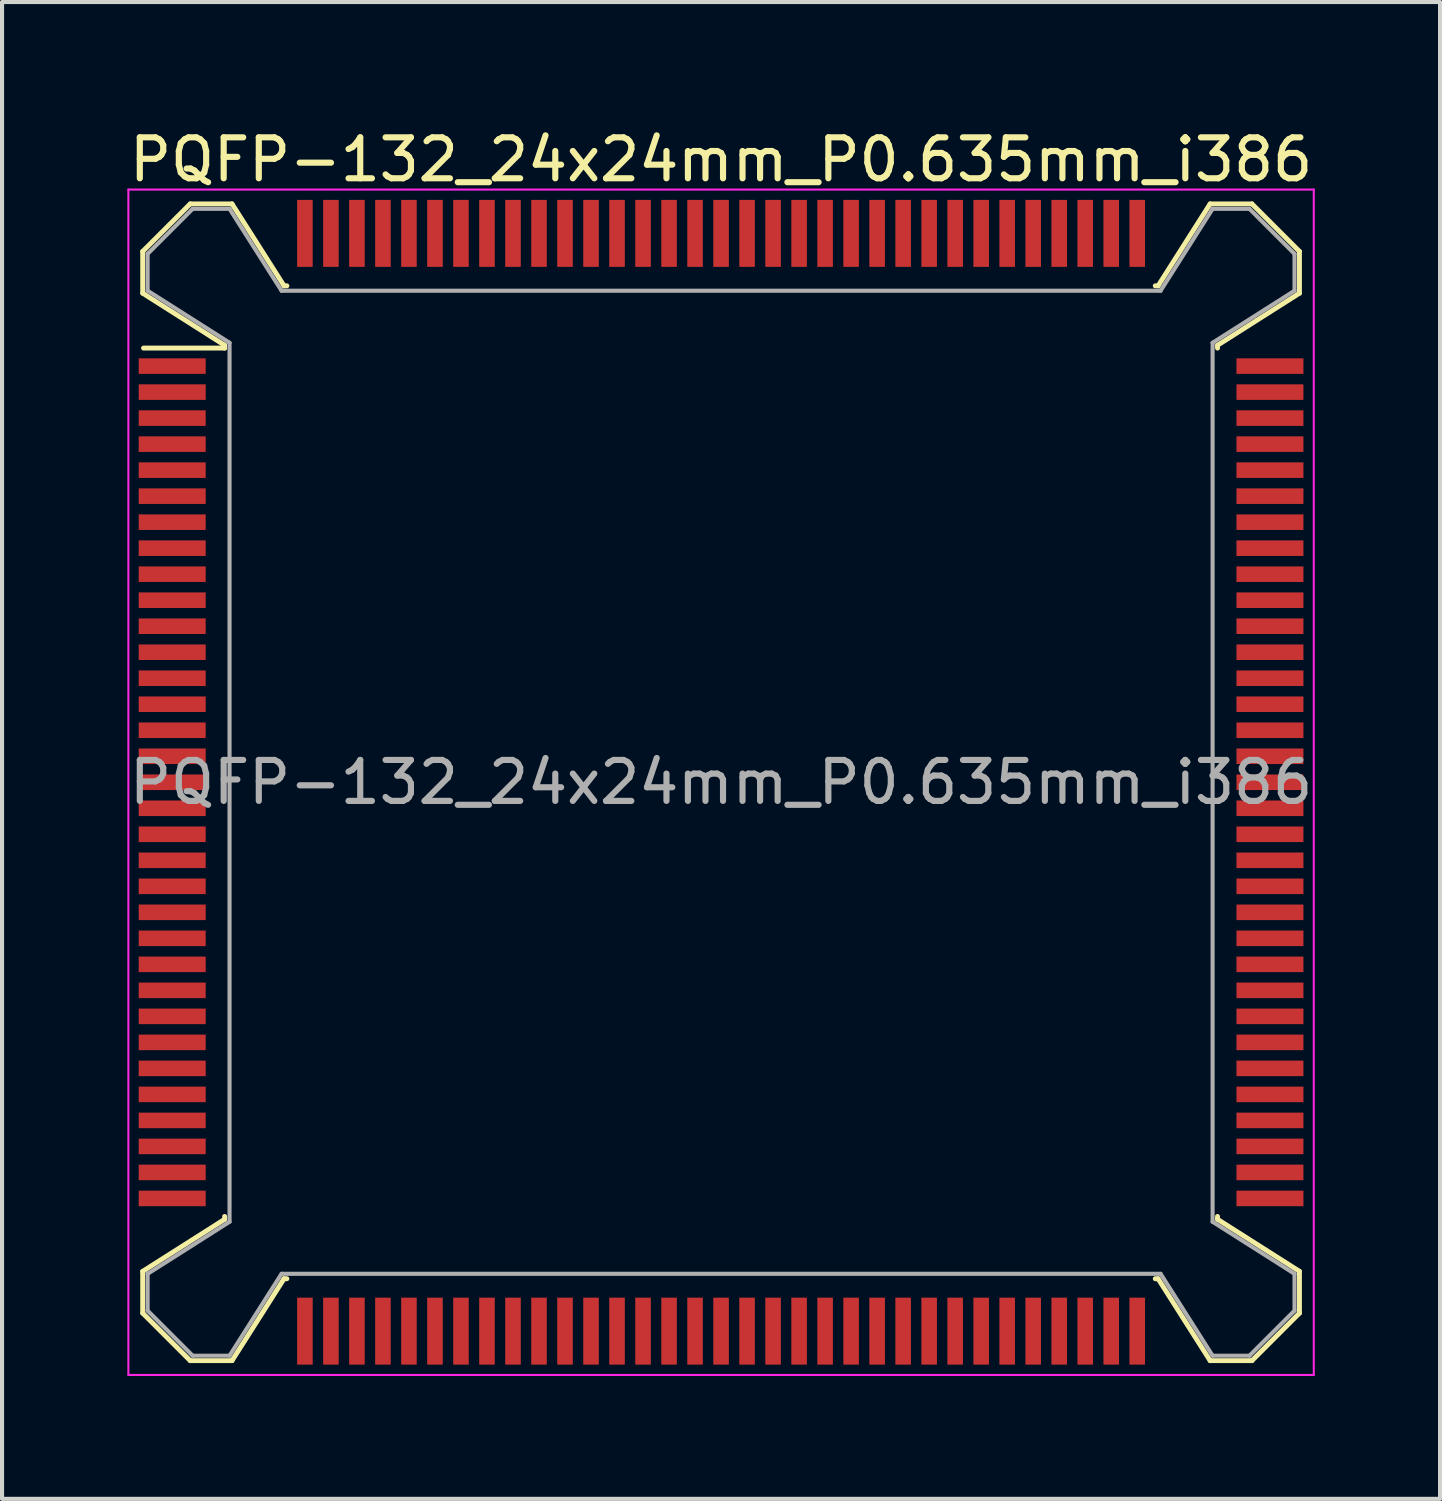
<source format=kicad_pcb>
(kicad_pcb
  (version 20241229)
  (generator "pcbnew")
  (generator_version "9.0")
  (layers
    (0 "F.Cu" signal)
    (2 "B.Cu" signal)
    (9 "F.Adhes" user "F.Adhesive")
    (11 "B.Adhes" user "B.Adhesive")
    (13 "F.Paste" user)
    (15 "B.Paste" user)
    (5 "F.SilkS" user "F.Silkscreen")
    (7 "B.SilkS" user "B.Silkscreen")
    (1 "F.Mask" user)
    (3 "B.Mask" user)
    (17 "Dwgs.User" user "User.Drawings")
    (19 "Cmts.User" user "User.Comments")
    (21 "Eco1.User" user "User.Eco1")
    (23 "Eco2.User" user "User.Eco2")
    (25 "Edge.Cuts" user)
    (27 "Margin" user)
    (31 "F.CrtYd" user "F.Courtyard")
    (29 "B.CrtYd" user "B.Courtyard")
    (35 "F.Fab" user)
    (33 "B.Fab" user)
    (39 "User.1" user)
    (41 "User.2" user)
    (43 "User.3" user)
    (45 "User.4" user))
  (footprint "PQFP-132_24x24mm_P0.635mm_i386"
    (layer "F.Cu")
    (at 14.554 16.048)
    (property "Reference" "PQFP-132_24x24mm_P0.635mm_i386" (at 0 -15.2 0) (layer "F.SilkS") (effects (font (size 1 1) (thickness 0.15))))
    (attr smd)
    (fp_line (start -14.12 -12.96) (end -12.96 -14.12) (stroke (width 0.12) (type solid)) (layer "F.SilkS"))
    (fp_line (start -14.12 -11.94) (end -14.12 -12.96) (stroke (width 0.12) (type solid)) (layer "F.SilkS"))
    (fp_line (start -14.12 -11.94) (end -12.12 -10.67) (stroke (width 0.12) (type solid)) (layer "F.SilkS"))
    (fp_line (start -14.12 11.94) (end -14.12 12.96) (stroke (width 0.12) (type solid)) (layer "F.SilkS"))
    (fp_line (start -14.12 11.94) (end -12.12 10.67) (stroke (width 0.12) (type solid)) (layer "F.SilkS"))
    (fp_line (start -14.12 12.96) (end -12.96 14.12) (stroke (width 0.12) (type solid)) (layer "F.SilkS"))
    (fp_line (start -14.1 -10.6) (end -12.12 -10.6) (stroke (width 0.12) (type solid)) (layer "F.SilkS"))
    (fp_line (start -12.12 -10.67) (end -12.12 -10.6) (stroke (width 0.12) (type solid)) (layer "F.SilkS"))
    (fp_line (start -12.12 10.67) (end -12.12 10.6) (stroke (width 0.12) (type solid)) (layer "F.SilkS"))
    (fp_line (start -11.94 -14.12) (end -12.96 -14.12) (stroke (width 0.12) (type solid)) (layer "F.SilkS"))
    (fp_line (start -11.94 14.12) (end -12.96 14.12) (stroke (width 0.12) (type solid)) (layer "F.SilkS"))
    (fp_line (start -10.67 -12.12) (end -11.94 -14.12) (stroke (width 0.12) (type solid)) (layer "F.SilkS"))
    (fp_line (start -10.67 12.12) (end -11.94 14.12) (stroke (width 0.12) (type solid)) (layer "F.SilkS"))
    (fp_line (start -10.6 -12.12) (end -10.67 -12.12) (stroke (width 0.12) (type solid)) (layer "F.SilkS"))
    (fp_line (start -10.6 12.12) (end -10.67 12.12) (stroke (width 0.12) (type solid)) (layer "F.SilkS"))
    (fp_line (start 10.6 -12.12) (end 10.67 -12.12) (stroke (width 0.12) (type solid)) (layer "F.SilkS"))
    (fp_line (start 10.6 12.12) (end 10.67 12.12) (stroke (width 0.12) (type solid)) (layer "F.SilkS"))
    (fp_line (start 10.67 -12.12) (end 11.94 -14.12) (stroke (width 0.12) (type solid)) (layer "F.SilkS"))
    (fp_line (start 10.67 12.12) (end 11.94 14.12) (stroke (width 0.12) (type solid)) (layer "F.SilkS"))
    (fp_line (start 11.94 -14.12) (end 12.96 -14.12) (stroke (width 0.12) (type solid)) (layer "F.SilkS"))
    (fp_line (start 11.94 14.12) (end 12.96 14.12) (stroke (width 0.12) (type solid)) (layer "F.SilkS"))
    (fp_line (start 12.12 -10.67) (end 12.12 -10.6) (stroke (width 0.12) (type solid)) (layer "F.SilkS"))
    (fp_line (start 12.12 10.67) (end 12.12 10.6) (stroke (width 0.12) (type solid)) (layer "F.SilkS"))
    (fp_line (start 14.12 -12.96) (end 12.96 -14.12) (stroke (width 0.12) (type solid)) (layer "F.SilkS"))
    (fp_line (start 14.12 -11.94) (end 12.12 -10.67) (stroke (width 0.12) (type solid)) (layer "F.SilkS"))
    (fp_line (start 14.12 -11.94) (end 14.12 -12.96) (stroke (width 0.12) (type solid)) (layer "F.SilkS"))
    (fp_line (start 14.12 11.94) (end 12.12 10.67) (stroke (width 0.12) (type solid)) (layer "F.SilkS"))
    (fp_line (start 14.12 11.94) (end 14.12 12.96) (stroke (width 0.12) (type solid)) (layer "F.SilkS"))
    (fp_line (start 14.12 12.96) (end 12.96 14.12) (stroke (width 0.12) (type solid)) (layer "F.SilkS"))
    (fp_line (start -14.47 -14.47) (end -14.47 14.47) (stroke (width 0.05) (type solid)) (layer "F.CrtYd"))
    (fp_line (start 14.47 -14.47) (end -14.47 -14.47) (stroke (width 0.05) (type solid)) (layer "F.CrtYd"))
    (fp_line (start 14.47 -14.47) (end 14.47 14.47) (stroke (width 0.05) (type solid)) (layer "F.CrtYd"))
    (fp_line (start 14.47 14.47) (end -14.47 14.47) (stroke (width 0.05) (type solid)) (layer "F.CrtYd"))
    (fp_line (start -14 -12.9) (end -12.9 -14) (stroke (width 0.1) (type solid)) (layer "F.Fab"))
    (fp_line (start -14 -12) (end -14 -12.9) (stroke (width 0.1) (type solid)) (layer "F.Fab"))
    (fp_line (start -14 -12) (end -12 -10.73) (stroke (width 0.1) (type solid)) (layer "F.Fab"))
    (fp_line (start -14 12) (end -14 12.9) (stroke (width 0.1) (type solid)) (layer "F.Fab"))
    (fp_line (start -14 12) (end -12 10.73) (stroke (width 0.1) (type solid)) (layer "F.Fab"))
    (fp_line (start -14 12.9) (end -12.9 14) (stroke (width 0.1) (type solid)) (layer "F.Fab"))
    (fp_line (start -12.9 -14) (end -12 -14) (stroke (width 0.1) (type solid)) (layer "F.Fab"))
    (fp_line (start -12.9 14) (end -12 14) (stroke (width 0.1) (type solid)) (layer "F.Fab"))
    (fp_line (start -12 -14) (end -10.73 -12) (stroke (width 0.1) (type solid)) (layer "F.Fab"))
    (fp_line (start -12 10.73) (end -12 -10.73) (stroke (width 0.1) (type solid)) (layer "F.Fab"))
    (fp_line (start -12 14) (end -10.73 12) (stroke (width 0.1) (type solid)) (layer "F.Fab"))
    (fp_line (start -10.73 -12) (end 10.73 -12) (stroke (width 0.1) (type solid)) (layer "F.Fab"))
    (fp_line (start 10.73 12) (end -10.73 12) (stroke (width 0.1) (type solid)) (layer "F.Fab"))
    (fp_line (start 12 -14) (end 10.73 -12) (stroke (width 0.1) (type solid)) (layer "F.Fab"))
    (fp_line (start 12 -10.73) (end 12 10.73) (stroke (width 0.1) (type solid)) (layer "F.Fab"))
    (fp_line (start 12 14) (end 10.73 12) (stroke (width 0.1) (type solid)) (layer "F.Fab"))
    (fp_line (start 12.9 -14) (end 12 -14) (stroke (width 0.1) (type solid)) (layer "F.Fab"))
    (fp_line (start 12.9 14) (end 12 14) (stroke (width 0.1) (type solid)) (layer "F.Fab"))
    (fp_line (start 14 -12.9) (end 12.9 -14) (stroke (width 0.1) (type solid)) (layer "F.Fab"))
    (fp_line (start 14 -12) (end 12 -10.73) (stroke (width 0.1) (type solid)) (layer "F.Fab"))
    (fp_line (start 14 -12) (end 14 -12.9) (stroke (width 0.1) (type solid)) (layer "F.Fab"))
    (fp_line (start 14 12) (end 12 10.73) (stroke (width 0.1) (type solid)) (layer "F.Fab"))
    (fp_line (start 14 12) (end 14 12.9) (stroke (width 0.1) (type solid)) (layer "F.Fab"))
    (fp_line (start 14 12.9) (end 12.9 14) (stroke (width 0.1) (type solid)) (layer "F.Fab"))
    (fp_text user "${REFERENCE}" (at 0 0 0) (layer "F.Fab") (effects (font (size 1 1) (thickness 0.15))))
    (pad "1" smd rect (at -13.4 -10.16) (size 1.635 0.38) (layers "F.Cu" "F.Mask" "F.Paste"))
    (pad "2" smd rect (at -13.4 -9.525) (size 1.635 0.38) (layers "F.Cu" "F.Mask" "F.Paste"))
    (pad "3" smd rect (at -13.4 -8.89) (size 1.635 0.38) (layers "F.Cu" "F.Mask" "F.Paste"))
    (pad "4" smd rect (at -13.4 -8.255) (size 1.635 0.38) (layers "F.Cu" "F.Mask" "F.Paste"))
    (pad "5" smd rect (at -13.4 -7.62) (size 1.635 0.38) (layers "F.Cu" "F.Mask" "F.Paste"))
    (pad "6" smd rect (at -13.4 -6.985) (size 1.635 0.38) (layers "F.Cu" "F.Mask" "F.Paste"))
    (pad "7" smd rect (at -13.4 -6.35) (size 1.635 0.38) (layers "F.Cu" "F.Mask" "F.Paste"))
    (pad "8" smd rect (at -13.4 -5.715) (size 1.635 0.38) (layers "F.Cu" "F.Mask" "F.Paste"))
    (pad "9" smd rect (at -13.4 -5.08) (size 1.635 0.38) (layers "F.Cu" "F.Mask" "F.Paste"))
    (pad "10" smd rect (at -13.4 -4.445) (size 1.635 0.38) (layers "F.Cu" "F.Mask" "F.Paste"))
    (pad "11" smd rect (at -13.4 -3.81) (size 1.635 0.38) (layers "F.Cu" "F.Mask" "F.Paste"))
    (pad "12" smd rect (at -13.4 -3.175) (size 1.635 0.38) (layers "F.Cu" "F.Mask" "F.Paste"))
    (pad "13" smd rect (at -13.4 -2.54) (size 1.635 0.38) (layers "F.Cu" "F.Mask" "F.Paste"))
    (pad "14" smd rect (at -13.4 -1.905) (size 1.635 0.38) (layers "F.Cu" "F.Mask" "F.Paste"))
    (pad "15" smd rect (at -13.4 -1.27) (size 1.635 0.38) (layers "F.Cu" "F.Mask" "F.Paste"))
    (pad "16" smd rect (at -13.4 -0.635) (size 1.635 0.38) (layers "F.Cu" "F.Mask" "F.Paste"))
    (pad "17" smd rect (at -13.4 0) (size 1.635 0.38) (layers "F.Cu" "F.Mask" "F.Paste"))
    (pad "18" smd rect (at -13.4 0.635) (size 1.635 0.38) (layers "F.Cu" "F.Mask" "F.Paste"))
    (pad "19" smd rect (at -13.4 1.27) (size 1.635 0.38) (layers "F.Cu" "F.Mask" "F.Paste"))
    (pad "20" smd rect (at -13.4 1.905) (size 1.635 0.38) (layers "F.Cu" "F.Mask" "F.Paste"))
    (pad "21" smd rect (at -13.4 2.54) (size 1.635 0.38) (layers "F.Cu" "F.Mask" "F.Paste"))
    (pad "22" smd rect (at -13.4 3.175) (size 1.635 0.38) (layers "F.Cu" "F.Mask" "F.Paste"))
    (pad "23" smd rect (at -13.4 3.81) (size 1.635 0.38) (layers "F.Cu" "F.Mask" "F.Paste"))
    (pad "24" smd rect (at -13.4 4.445) (size 1.635 0.38) (layers "F.Cu" "F.Mask" "F.Paste"))
    (pad "25" smd rect (at -13.4 5.08) (size 1.635 0.38) (layers "F.Cu" "F.Mask" "F.Paste"))
    (pad "26" smd rect (at -13.4 5.715) (size 1.635 0.38) (layers "F.Cu" "F.Mask" "F.Paste"))
    (pad "27" smd rect (at -13.4 6.35) (size 1.635 0.38) (layers "F.Cu" "F.Mask" "F.Paste"))
    (pad "28" smd rect (at -13.4 6.985) (size 1.635 0.38) (layers "F.Cu" "F.Mask" "F.Paste"))
    (pad "29" smd rect (at -13.4 7.62) (size 1.635 0.38) (layers "F.Cu" "F.Mask" "F.Paste"))
    (pad "30" smd rect (at -13.4 8.255) (size 1.635 0.38) (layers "F.Cu" "F.Mask" "F.Paste"))
    (pad "31" smd rect (at -13.4 8.89) (size 1.635 0.38) (layers "F.Cu" "F.Mask" "F.Paste"))
    (pad "32" smd rect (at -13.4 9.525) (size 1.635 0.38) (layers "F.Cu" "F.Mask" "F.Paste"))
    (pad "33" smd rect (at -13.4 10.16) (size 1.635 0.38) (layers "F.Cu" "F.Mask" "F.Paste"))
    (pad "34" smd rect (at -10.16 13.4) (size 0.38 1.635) (layers "F.Cu" "F.Mask" "F.Paste"))
    (pad "35" smd rect (at -9.525 13.4) (size 0.38 1.635) (layers "F.Cu" "F.Mask" "F.Paste"))
    (pad "36" smd rect (at -8.89 13.4) (size 0.38 1.635) (layers "F.Cu" "F.Mask" "F.Paste"))
    (pad "37" smd rect (at -8.255 13.4) (size 0.38 1.635) (layers "F.Cu" "F.Mask" "F.Paste"))
    (pad "38" smd rect (at -7.62 13.4) (size 0.38 1.635) (layers "F.Cu" "F.Mask" "F.Paste"))
    (pad "39" smd rect (at -6.985 13.4) (size 0.38 1.635) (layers "F.Cu" "F.Mask" "F.Paste"))
    (pad "40" smd rect (at -6.35 13.4) (size 0.38 1.635) (layers "F.Cu" "F.Mask" "F.Paste"))
    (pad "41" smd rect (at -5.715 13.4) (size 0.38 1.635) (layers "F.Cu" "F.Mask" "F.Paste"))
    (pad "42" smd rect (at -5.08 13.4) (size 0.38 1.635) (layers "F.Cu" "F.Mask" "F.Paste"))
    (pad "43" smd rect (at -4.445 13.4) (size 0.38 1.635) (layers "F.Cu" "F.Mask" "F.Paste"))
    (pad "44" smd rect (at -3.81 13.4) (size 0.38 1.635) (layers "F.Cu" "F.Mask" "F.Paste"))
    (pad "45" smd rect (at -3.175 13.4) (size 0.38 1.635) (layers "F.Cu" "F.Mask" "F.Paste"))
    (pad "46" smd rect (at -2.54 13.4) (size 0.38 1.635) (layers "F.Cu" "F.Mask" "F.Paste"))
    (pad "47" smd rect (at -1.905 13.4) (size 0.38 1.635) (layers "F.Cu" "F.Mask" "F.Paste"))
    (pad "48" smd rect (at -1.27 13.4) (size 0.38 1.635) (layers "F.Cu" "F.Mask" "F.Paste"))
    (pad "49" smd rect (at -0.635 13.4) (size 0.38 1.635) (layers "F.Cu" "F.Mask" "F.Paste"))
    (pad "50" smd rect (at 0 13.4) (size 0.38 1.635) (layers "F.Cu" "F.Mask" "F.Paste"))
    (pad "51" smd rect (at 0.635 13.4) (size 0.38 1.635) (layers "F.Cu" "F.Mask" "F.Paste"))
    (pad "52" smd rect (at 1.27 13.4) (size 0.38 1.635) (layers "F.Cu" "F.Mask" "F.Paste"))
    (pad "53" smd rect (at 1.905 13.4) (size 0.38 1.635) (layers "F.Cu" "F.Mask" "F.Paste"))
    (pad "54" smd rect (at 2.54 13.4) (size 0.38 1.635) (layers "F.Cu" "F.Mask" "F.Paste"))
    (pad "55" smd rect (at 3.175 13.4) (size 0.38 1.635) (layers "F.Cu" "F.Mask" "F.Paste"))
    (pad "56" smd rect (at 3.81 13.4) (size 0.38 1.635) (layers "F.Cu" "F.Mask" "F.Paste"))
    (pad "57" smd rect (at 4.445 13.4) (size 0.38 1.635) (layers "F.Cu" "F.Mask" "F.Paste"))
    (pad "58" smd rect (at 5.08 13.4) (size 0.38 1.635) (layers "F.Cu" "F.Mask" "F.Paste"))
    (pad "59" smd rect (at 5.715 13.4) (size 0.38 1.635) (layers "F.Cu" "F.Mask" "F.Paste"))
    (pad "60" smd rect (at 6.35 13.4) (size 0.38 1.635) (layers "F.Cu" "F.Mask" "F.Paste"))
    (pad "61" smd rect (at 6.985 13.4) (size 0.38 1.635) (layers "F.Cu" "F.Mask" "F.Paste"))
    (pad "62" smd rect (at 7.62 13.4) (size 0.38 1.635) (layers "F.Cu" "F.Mask" "F.Paste"))
    (pad "63" smd rect (at 8.255 13.4) (size 0.38 1.635) (layers "F.Cu" "F.Mask" "F.Paste"))
    (pad "64" smd rect (at 8.89 13.4) (size 0.38 1.635) (layers "F.Cu" "F.Mask" "F.Paste"))
    (pad "65" smd rect (at 9.525 13.4) (size 0.38 1.635) (layers "F.Cu" "F.Mask" "F.Paste"))
    (pad "66" smd rect (at 10.16 13.4) (size 0.38 1.635) (layers "F.Cu" "F.Mask" "F.Paste"))
    (pad "67" smd rect (at 13.4 10.16) (size 1.635 0.38) (layers "F.Cu" "F.Mask" "F.Paste"))
    (pad "68" smd rect (at 13.4 9.525) (size 1.635 0.38) (layers "F.Cu" "F.Mask" "F.Paste"))
    (pad "69" smd rect (at 13.4 8.89) (size 1.635 0.38) (layers "F.Cu" "F.Mask" "F.Paste"))
    (pad "70" smd rect (at 13.4 8.255) (size 1.635 0.38) (layers "F.Cu" "F.Mask" "F.Paste"))
    (pad "71" smd rect (at 13.4 7.62) (size 1.635 0.38) (layers "F.Cu" "F.Mask" "F.Paste"))
    (pad "72" smd rect (at 13.4 6.985) (size 1.635 0.38) (layers "F.Cu" "F.Mask" "F.Paste"))
    (pad "73" smd rect (at 13.4 6.35) (size 1.635 0.38) (layers "F.Cu" "F.Mask" "F.Paste"))
    (pad "74" smd rect (at 13.4 5.715) (size 1.635 0.38) (layers "F.Cu" "F.Mask" "F.Paste"))
    (pad "75" smd rect (at 13.4 5.08) (size 1.635 0.38) (layers "F.Cu" "F.Mask" "F.Paste"))
    (pad "76" smd rect (at 13.4 4.445) (size 1.635 0.38) (layers "F.Cu" "F.Mask" "F.Paste"))
    (pad "77" smd rect (at 13.4 3.81) (size 1.635 0.38) (layers "F.Cu" "F.Mask" "F.Paste"))
    (pad "78" smd rect (at 13.4 3.175) (size 1.635 0.38) (layers "F.Cu" "F.Mask" "F.Paste"))
    (pad "79" smd rect (at 13.4 2.54) (size 1.635 0.38) (layers "F.Cu" "F.Mask" "F.Paste"))
    (pad "80" smd rect (at 13.4 1.905) (size 1.635 0.38) (layers "F.Cu" "F.Mask" "F.Paste"))
    (pad "81" smd rect (at 13.4 1.27) (size 1.635 0.38) (layers "F.Cu" "F.Mask" "F.Paste"))
    (pad "82" smd rect (at 13.4 0.635) (size 1.635 0.38) (layers "F.Cu" "F.Mask" "F.Paste"))
    (pad "83" smd rect (at 13.4 0) (size 1.635 0.38) (layers "F.Cu" "F.Mask" "F.Paste"))
    (pad "84" smd rect (at 13.4 -0.635) (size 1.635 0.38) (layers "F.Cu" "F.Mask" "F.Paste"))
    (pad "85" smd rect (at 13.4 -1.27) (size 1.635 0.38) (layers "F.Cu" "F.Mask" "F.Paste"))
    (pad "86" smd rect (at 13.4 -1.905) (size 1.635 0.38) (layers "F.Cu" "F.Mask" "F.Paste"))
    (pad "87" smd rect (at 13.4 -2.54) (size 1.635 0.38) (layers "F.Cu" "F.Mask" "F.Paste"))
    (pad "88" smd rect (at 13.4 -3.175) (size 1.635 0.38) (layers "F.Cu" "F.Mask" "F.Paste"))
    (pad "89" smd rect (at 13.4 -3.81) (size 1.635 0.38) (layers "F.Cu" "F.Mask" "F.Paste"))
    (pad "90" smd rect (at 13.4 -4.445) (size 1.635 0.38) (layers "F.Cu" "F.Mask" "F.Paste"))
    (pad "91" smd rect (at 13.4 -5.08) (size 1.635 0.38) (layers "F.Cu" "F.Mask" "F.Paste"))
    (pad "92" smd rect (at 13.4 -5.715) (size 1.635 0.38) (layers "F.Cu" "F.Mask" "F.Paste"))
    (pad "93" smd rect (at 13.4 -6.35) (size 1.635 0.38) (layers "F.Cu" "F.Mask" "F.Paste"))
    (pad "94" smd rect (at 13.4 -6.985) (size 1.635 0.38) (layers "F.Cu" "F.Mask" "F.Paste"))
    (pad "95" smd rect (at 13.4 -7.62) (size 1.635 0.38) (layers "F.Cu" "F.Mask" "F.Paste"))
    (pad "96" smd rect (at 13.4 -8.255) (size 1.635 0.38) (layers "F.Cu" "F.Mask" "F.Paste"))
    (pad "97" smd rect (at 13.4 -8.89) (size 1.635 0.38) (layers "F.Cu" "F.Mask" "F.Paste"))
    (pad "98" smd rect (at 13.4 -9.525) (size 1.635 0.38) (layers "F.Cu" "F.Mask" "F.Paste"))
    (pad "99" smd rect (at 13.4 -10.16) (size 1.635 0.38) (layers "F.Cu" "F.Mask" "F.Paste"))
    (pad "100" smd rect (at 10.16 -13.4) (size 0.38 1.635) (layers "F.Cu" "F.Mask" "F.Paste"))
    (pad "101" smd rect (at 9.525 -13.4) (size 0.38 1.635) (layers "F.Cu" "F.Mask" "F.Paste"))
    (pad "102" smd rect (at 8.89 -13.4) (size 0.38 1.635) (layers "F.Cu" "F.Mask" "F.Paste"))
    (pad "103" smd rect (at 8.255 -13.4) (size 0.38 1.635) (layers "F.Cu" "F.Mask" "F.Paste"))
    (pad "104" smd rect (at 7.62 -13.4) (size 0.38 1.635) (layers "F.Cu" "F.Mask" "F.Paste"))
    (pad "105" smd rect (at 6.985 -13.4) (size 0.38 1.635) (layers "F.Cu" "F.Mask" "F.Paste"))
    (pad "106" smd rect (at 6.35 -13.4) (size 0.38 1.635) (layers "F.Cu" "F.Mask" "F.Paste"))
    (pad "107" smd rect (at 5.715 -13.4) (size 0.38 1.635) (layers "F.Cu" "F.Mask" "F.Paste"))
    (pad "108" smd rect (at 5.08 -13.4) (size 0.38 1.635) (layers "F.Cu" "F.Mask" "F.Paste"))
    (pad "109" smd rect (at 4.445 -13.4) (size 0.38 1.635) (layers "F.Cu" "F.Mask" "F.Paste"))
    (pad "110" smd rect (at 3.81 -13.4) (size 0.38 1.635) (layers "F.Cu" "F.Mask" "F.Paste"))
    (pad "111" smd rect (at 3.175 -13.4) (size 0.38 1.635) (layers "F.Cu" "F.Mask" "F.Paste"))
    (pad "112" smd rect (at 2.54 -13.4) (size 0.38 1.635) (layers "F.Cu" "F.Mask" "F.Paste"))
    (pad "113" smd rect (at 1.905 -13.4) (size 0.38 1.635) (layers "F.Cu" "F.Mask" "F.Paste"))
    (pad "114" smd rect (at 1.27 -13.4) (size 0.38 1.635) (layers "F.Cu" "F.Mask" "F.Paste"))
    (pad "115" smd rect (at 0.635 -13.4) (size 0.38 1.635) (layers "F.Cu" "F.Mask" "F.Paste"))
    (pad "116" smd rect (at 0 -13.4) (size 0.38 1.635) (layers "F.Cu" "F.Mask" "F.Paste"))
    (pad "117" smd rect (at -0.635 -13.4) (size 0.38 1.635) (layers "F.Cu" "F.Mask" "F.Paste"))
    (pad "118" smd rect (at -1.27 -13.4) (size 0.38 1.635) (layers "F.Cu" "F.Mask" "F.Paste"))
    (pad "119" smd rect (at -1.905 -13.4) (size 0.38 1.635) (layers "F.Cu" "F.Mask" "F.Paste"))
    (pad "120" smd rect (at -2.54 -13.4) (size 0.38 1.635) (layers "F.Cu" "F.Mask" "F.Paste"))
    (pad "121" smd rect (at -3.175 -13.4) (size 0.38 1.635) (layers "F.Cu" "F.Mask" "F.Paste"))
    (pad "122" smd rect (at -3.81 -13.4) (size 0.38 1.635) (layers "F.Cu" "F.Mask" "F.Paste"))
    (pad "123" smd rect (at -4.445 -13.4) (size 0.38 1.635) (layers "F.Cu" "F.Mask" "F.Paste"))
    (pad "124" smd rect (at -5.08 -13.4) (size 0.38 1.635) (layers "F.Cu" "F.Mask" "F.Paste"))
    (pad "125" smd rect (at -5.715 -13.4) (size 0.38 1.635) (layers "F.Cu" "F.Mask" "F.Paste"))
    (pad "126" smd rect (at -6.35 -13.4) (size 0.38 1.635) (layers "F.Cu" "F.Mask" "F.Paste"))
    (pad "127" smd rect (at -6.985 -13.4) (size 0.38 1.635) (layers "F.Cu" "F.Mask" "F.Paste"))
    (pad "128" smd rect (at -7.62 -13.4) (size 0.38 1.635) (layers "F.Cu" "F.Mask" "F.Paste"))
    (pad "129" smd rect (at -8.255 -13.4) (size 0.38 1.635) (layers "F.Cu" "F.Mask" "F.Paste"))
    (pad "130" smd rect (at -8.89 -13.4) (size 0.38 1.635) (layers "F.Cu" "F.Mask" "F.Paste"))
    (pad "131" smd rect (at -9.525 -13.4) (size 0.38 1.635) (layers "F.Cu" "F.Mask" "F.Paste"))
    (pad "132" smd rect (at -10.16 -13.4) (size 0.38 1.635) (layers "F.Cu" "F.Mask" "F.Paste")))
  (gr_rect
    (start -3 -3)
    (end 32.107 33.543)
    (stroke (width 0.1) (type default))
    (fill no)
    (layer "Edge.Cuts")))
</source>
